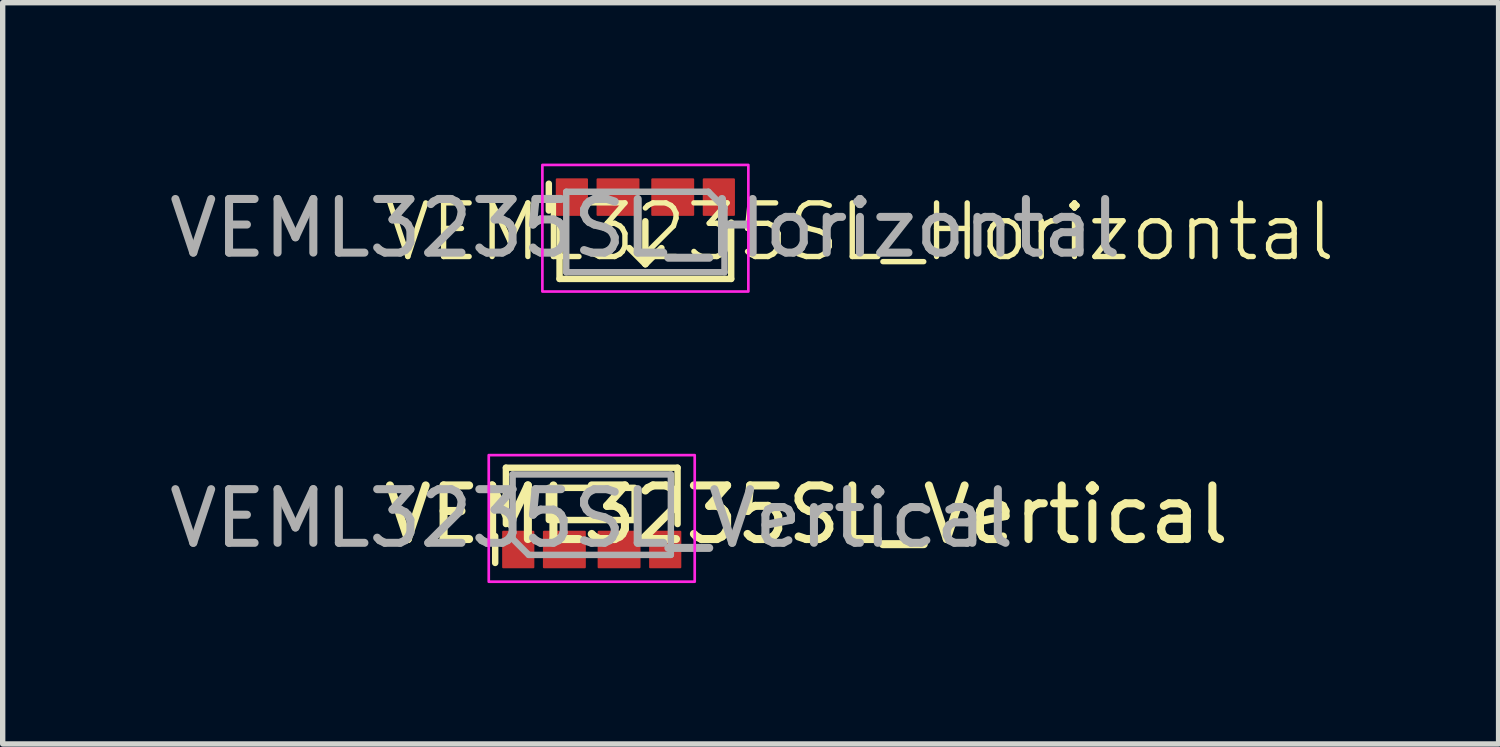
<source format=kicad_pcb>
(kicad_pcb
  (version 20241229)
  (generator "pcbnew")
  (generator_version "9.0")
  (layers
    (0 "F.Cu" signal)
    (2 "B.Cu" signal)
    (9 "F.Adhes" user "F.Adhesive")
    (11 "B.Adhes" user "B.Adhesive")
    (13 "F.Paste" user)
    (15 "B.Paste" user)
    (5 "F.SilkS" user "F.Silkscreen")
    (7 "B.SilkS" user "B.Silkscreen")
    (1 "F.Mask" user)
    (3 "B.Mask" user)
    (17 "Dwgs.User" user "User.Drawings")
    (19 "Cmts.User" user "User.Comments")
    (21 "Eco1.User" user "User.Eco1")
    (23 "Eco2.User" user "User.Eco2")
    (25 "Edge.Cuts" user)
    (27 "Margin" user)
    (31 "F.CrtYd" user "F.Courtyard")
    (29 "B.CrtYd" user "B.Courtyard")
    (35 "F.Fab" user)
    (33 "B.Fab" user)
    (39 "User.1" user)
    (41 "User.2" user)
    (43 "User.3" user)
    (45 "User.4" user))
  (footprint "VEML3235SL_Vertical"
    (layer "F.Cu")
    (at 7.982 6.545)
    (property "Reference" "VEML3235SL_Vertical" (at 4 0 0) (unlocked yes) (layer "F.SilkS") (effects (font (size 1 1) (thickness 0.15))))
    (attr smd)
    (fp_line (start -1.8 0.9) (end -1.8 0.4) (stroke (width 0.12) (type solid)) (layer "F.SilkS"))
    (fp_line (start -1.6 -0.875) (end 1.6 -0.875) (stroke (width 0.12) (type solid)) (layer "F.SilkS"))
    (fp_line (start -1.6 0.175) (end -1.6 -0.875) (stroke (width 0.12) (type solid)) (layer "F.SilkS"))
    (fp_line (start 1.6 0.175) (end 1.6 -0.875) (stroke (width 0.12) (type solid)) (layer "F.SilkS"))
    (fp_rect (start -0.8 -0.5) (end 0.8 0.1) (stroke (width 0.12) (type default)) (fill no) (layer "F.SilkS"))
    (fp_rect (start -1.92 -1.11) (end 1.92 1.25) (stroke (width 0.05) (type default)) (fill no) (layer "F.CrtYd"))
    (fp_line (start -1.475 -0.75) (end -1.475 0.45) (stroke (width 0.12) (type solid)) (layer "F.Fab"))
    (fp_line (start -1.475 -0.75) (end 1.475 -0.75) (stroke (width 0.12) (type solid)) (layer "F.Fab"))
    (fp_line (start -1.475 0.45) (end -1.175 0.75) (stroke (width 0.12) (type solid)) (layer "F.Fab"))
    (fp_line (start -1.175 0.75) (end 1.475 0.75) (stroke (width 0.12) (type solid)) (layer "F.Fab"))
    (fp_line (start 1.475 -0.75) (end 1.475 0.75) (stroke (width 0.12) (type solid)) (layer "F.Fab"))
    (fp_text user "${REFERENCE}" (at 0 0.07 0) (unlocked yes) (layer "F.Fab") (effects (font (size 1 1) (thickness 0.15))))
    (pad "1" smd roundrect (at -1.37 0.65) (size 0.6 0.7) (layers "F.Cu" "F.Mask" "F.Paste") (roundrect_rratio 0.033))
    (pad "2" smd roundrect (at -0.51 0.65) (size 0.8 0.7) (layers "F.Cu" "F.Mask" "F.Paste") (roundrect_rratio 0.029))
    (pad "3" smd roundrect (at 0.51 0.65) (size 0.8 0.7) (layers "F.Cu" "F.Mask" "F.Paste") (roundrect_rratio 0.029))
    (pad "4" smd roundrect (at 1.37 0.65) (size 0.6 0.7) (layers "F.Cu" "F.Mask" "F.Paste") (roundrect_rratio 0.033)))
  (footprint "VEML3235SL_Horizontal"
    (layer "F.Cu")
    (at 8.982 1.275)
    (property "Reference" "VEML3235SL_Horizontal" (at 4 0 0) (unlocked yes) (layer "F.SilkS") (effects (font (size 1 1) (thickness 0.1))))
    (attr through_hole)
    (fp_line (start -1.8 -0.9) (end -1.8 -0.4) (stroke (width 0.12) (type solid)) (layer "F.SilkS"))
    (fp_line (start -1.6 -0.175) (end -1.6 0.875) (stroke (width 0.12) (type solid)) (layer "F.SilkS"))
    (fp_line (start 0 -0.2) (end 0 0.6) (stroke (width 0.12) (type default)) (layer "F.SilkS"))
    (fp_line (start 0 0.6) (end -0.3 0.3) (stroke (width 0.12) (type default)) (layer "F.SilkS"))
    (fp_line (start 0 0.6) (end 0.3 0.3) (stroke (width 0.12) (type default)) (layer "F.SilkS"))
    (fp_line (start 1.6 -0.175) (end 1.6 0.875) (stroke (width 0.12) (type solid)) (layer "F.SilkS"))
    (fp_line (start 1.6 0.875) (end -1.6 0.875) (stroke (width 0.12) (type solid)) (layer "F.SilkS"))
    (fp_rect (start -1.92 -1.25) (end 1.92 1.11) (stroke (width 0.05) (type default)) (fill no) (layer "F.CrtYd"))
    (fp_line (start -1.475 0.75) (end -1.475 -0.75) (stroke (width 0.12) (type solid)) (layer "F.Fab"))
    (fp_line (start 1.175 -0.75) (end -1.475 -0.75) (stroke (width 0.12) (type solid)) (layer "F.Fab"))
    (fp_line (start 1.475 -0.45) (end 1.175 -0.75) (stroke (width 0.12) (type solid)) (layer "F.Fab"))
    (fp_line (start 1.475 0.75) (end -1.475 0.75) (stroke (width 0.12) (type solid)) (layer "F.Fab"))
    (fp_line (start 1.475 0.75) (end 1.475 -0.45) (stroke (width 0.12) (type solid)) (layer "F.Fab"))
    (fp_text user "${REFERENCE}" (at 0 -0.07 0) (unlocked yes) (layer "F.Fab") (effects (font (size 1 1) (thickness 0.15))))
    (pad "1" smd roundrect (at -1.37 -0.65 180) (size 0.6 0.7) (layers "F.Cu" "F.Mask" "F.Paste") (roundrect_rratio 0.033))
    (pad "2" smd roundrect (at -0.51 -0.65 180) (size 0.8 0.7) (layers "F.Cu" "F.Mask" "F.Paste") (roundrect_rratio 0.029))
    (pad "3" smd roundrect (at 0.51 -0.65 180) (size 0.8 0.7) (layers "F.Cu" "F.Mask" "F.Paste") (roundrect_rratio 0.029))
    (pad "4" smd roundrect (at 1.37 -0.65 180) (size 0.6 0.7) (layers "F.Cu" "F.Mask" "F.Paste") (roundrect_rratio 0.033)))
  (gr_rect
    (start -3 -3)
    (end 24.889 10.82)
    (stroke (width 0.1) (type default))
    (fill no)
    (layer "Edge.Cuts")))
</source>
